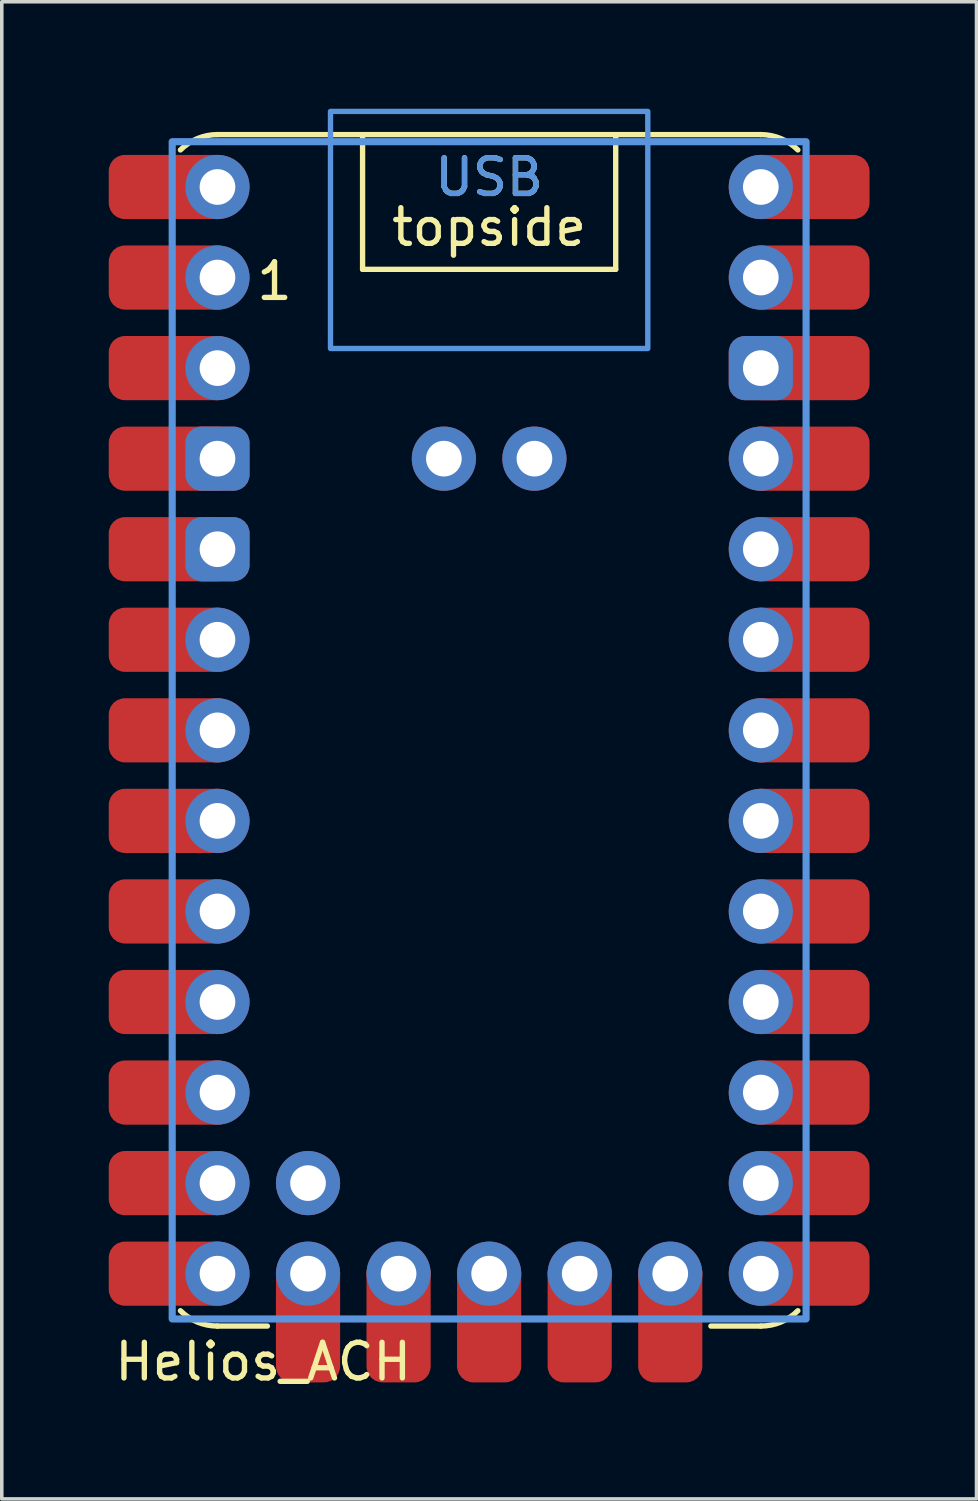
<source format=kicad_pcb>
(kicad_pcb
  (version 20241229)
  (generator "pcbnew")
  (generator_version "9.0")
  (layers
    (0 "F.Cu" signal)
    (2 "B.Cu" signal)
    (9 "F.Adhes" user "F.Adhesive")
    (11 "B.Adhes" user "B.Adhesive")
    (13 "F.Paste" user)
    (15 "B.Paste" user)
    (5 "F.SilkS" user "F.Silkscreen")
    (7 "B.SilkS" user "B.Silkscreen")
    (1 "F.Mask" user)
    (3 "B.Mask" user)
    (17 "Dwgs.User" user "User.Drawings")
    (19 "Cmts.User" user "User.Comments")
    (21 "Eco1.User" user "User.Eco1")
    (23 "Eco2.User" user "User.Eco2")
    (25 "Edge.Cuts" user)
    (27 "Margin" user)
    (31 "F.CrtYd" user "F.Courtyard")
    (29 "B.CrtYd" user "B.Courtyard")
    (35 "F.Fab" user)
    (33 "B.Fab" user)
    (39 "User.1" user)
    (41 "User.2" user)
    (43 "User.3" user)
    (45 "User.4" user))
  (footprint "Helios_ACH"
    (layer "F.Cu")
    (at 10.67 18.705)
    (property "Reference" "Helios_ACH" (at -10.58 16.44 0) (layer "F.SilkS") (effects (font (size 1 1) (thickness 0.15)) (justify left)))
    (attr through_hole exclude_from_pos_files exclude_from_bom)
    (fp_line (start -6.22 15.44) (end -7.62 15.44) (stroke (width 0.15) (type default)) (layer "F.SilkS"))
    (fp_line (start -3.55 -14.2) (end -3.55 -17.98) (stroke (width 0.15) (type default)) (layer "F.SilkS"))
    (fp_line (start 3.55 -14.2) (end -3.55 -14.2) (stroke (width 0.15) (type default)) (layer "F.SilkS"))
    (fp_line (start 3.55 -14.2) (end 3.55 -17.98) (stroke (width 0.15) (type default)) (layer "F.SilkS"))
    (fp_line (start 7.62 -17.98) (end -7.62 -17.98) (stroke (width 0.15) (type default)) (layer "F.SilkS"))
    (fp_line (start 7.62 15.44) (end 6.22 15.44) (stroke (width 0.15) (type default)) (layer "F.SilkS"))
    (fp_arc (start -8.659446 -17.549446) (mid -8.182544 -17.868102) (end -7.62 -17.98) (stroke (width 0.15) (type default)) (layer "F.SilkS"))
    (fp_arc (start -7.62 15.44) (mid -8.182545 15.328103) (end -8.659447 15.009447) (stroke (width 0.15) (type default)) (layer "F.SilkS"))
    (fp_arc (start 7.62 -17.98) (mid 8.182545 -17.868103) (end 8.659447 -17.549447) (stroke (width 0.15) (type default)) (layer "F.SilkS"))
    (fp_arc (start 8.659447 15.009447) (mid 8.182545 15.328103) (end 7.62 15.44) (stroke (width 0.15) (type default)) (layer "F.SilkS"))
    (fp_rect (start -4.45 -18.63) (end 4.45 -11.98) (stroke (width 0.15) (type default)) (fill no) (layer "Cmts.User"))
    (fp_rect (start 8.89 -17.78) (end -8.89 15.24) (stroke (width 0.2) (type solid)) (fill no) (layer "Cmts.User"))
    (fp_text user "topside" (at 0 -14.8 0) (unlocked yes) (layer "F.SilkS") (effects (font (size 1 1) (thickness 0.15)) (justify bottom)))
    (fp_text user "1" (at -6.02 -13.283 0) (layer "F.SilkS") (effects (font (size 1 1) (thickness 0.15)) (justify bottom)))
    (fp_text user "USB" (at 0 -16.2 0) (unlocked yes) (layer "F.SilkS") (effects (font (size 1 1) (thickness 0.15)) (justify bottom)))
    (fp_text user "USB" (at 0 -16.2 0) (layer "Cmts.User") (effects (font (size 1 1) (thickness 0.15)) (justify bottom)))
    (pad "1" smd roundrect (at -8.92 -13.97) (size 3.5 1.8) (layers "F.Cu" "F.Mask") (roundrect_rratio 0.25))
    (pad "1" thru_hole circle (at -7.62 -13.97) (size 1.8 1.8) (drill 1) (layers "*.Cu" "*.Mask"))
    (pad "2" smd roundrect (at -8.92 -11.43) (size 3.5 1.8) (layers "F.Cu" "F.Mask") (roundrect_rratio 0.25))
    (pad "2" thru_hole circle (at -7.62 -11.43) (size 1.8 1.8) (drill 1) (layers "*.Cu" "*.Mask"))
    (pad "3" smd roundrect (at -8.92 -8.89) (size 3.5 1.8) (layers "F.Cu" "F.Mask") (roundrect_rratio 0.25))
    (pad "3" thru_hole roundrect (at -7.62 -8.89) (size 1.8 1.8) (drill 1) (layers "*.Cu" "*.Mask") (roundrect_rratio 0.25))
    (pad "4" smd roundrect (at -8.92 -6.35) (size 3.5 1.8) (layers "F.Cu" "F.Mask") (roundrect_rratio 0.25))
    (pad "4" thru_hole roundrect (at -7.62 -6.35) (size 1.8 1.8) (drill 1) (layers "*.Cu" "*.Mask") (roundrect_rratio 0.25))
    (pad "5" smd roundrect (at -8.92 -3.81) (size 3.5 1.8) (layers "F.Cu" "F.Mask") (roundrect_rratio 0.25))
    (pad "5" thru_hole circle (at -7.62 -3.81) (size 1.8 1.8) (drill 1) (layers "*.Cu" "*.Mask"))
    (pad "6" smd roundrect (at -8.92 -1.27) (size 3.5 1.8) (layers "F.Cu" "F.Mask") (roundrect_rratio 0.25))
    (pad "6" thru_hole circle (at -7.62 -1.27) (size 1.8 1.8) (drill 1) (layers "*.Cu" "*.Mask"))
    (pad "7" smd roundrect (at -8.92 1.27) (size 3.5 1.8) (layers "F.Cu" "F.Mask") (roundrect_rratio 0.25))
    (pad "7" thru_hole circle (at -7.62 1.27) (size 1.8 1.8) (drill 1) (layers "*.Cu" "*.Mask"))
    (pad "8" smd roundrect (at -8.92 3.81) (size 3.5 1.8) (layers "F.Cu" "F.Mask") (roundrect_rratio 0.25))
    (pad "8" thru_hole circle (at -7.62 3.81) (size 1.8 1.8) (drill 1) (layers "*.Cu" "*.Mask"))
    (pad "9" smd roundrect (at -8.92 6.35) (size 3.5 1.8) (layers "F.Cu" "F.Mask") (roundrect_rratio 0.25))
    (pad "9" thru_hole circle (at -7.62 6.35) (size 1.8 1.8) (drill 1) (layers "*.Cu" "*.Mask"))
    (pad "10" smd roundrect (at -8.92 8.89) (size 3.5 1.8) (layers "F.Cu" "F.Mask") (roundrect_rratio 0.25))
    (pad "10" thru_hole circle (at -7.62 8.89) (size 1.8 1.8) (drill 1) (layers "*.Cu" "*.Mask"))
    (pad "11" smd roundrect (at -8.92 11.43) (size 3.5 1.8) (layers "F.Cu" "F.Mask") (roundrect_rratio 0.25))
    (pad "11" thru_hole circle (at -7.62 11.43) (size 1.8 1.8) (drill 1) (layers "*.Cu" "*.Mask"))
    (pad "12" smd roundrect (at -8.92 13.97) (size 3.5 1.8) (layers "F.Cu" "F.Mask") (roundrect_rratio 0.25))
    (pad "12" thru_hole circle (at -7.62 13.97) (size 1.8 1.8) (drill 1) (layers "*.Cu" "*.Mask"))
    (pad "13" thru_hole circle (at 7.62 -13.97) (size 1.8 1.8) (drill 1) (layers "*.Cu" "*.Mask"))
    (pad "13" smd roundrect (at 8.92 -13.97) (size 3.5 1.8) (layers "F.Cu" "F.Mask") (roundrect_rratio 0.25))
    (pad "14" thru_hole roundrect (at 7.62 -11.43) (size 1.8 1.8) (drill 1) (layers "*.Cu" "*.Mask") (roundrect_rratio 0.25))
    (pad "14" smd roundrect (at 8.92 -11.43) (size 3.5 1.8) (layers "F.Cu" "F.Mask") (roundrect_rratio 0.25))
    (pad "15" thru_hole circle (at 7.62 -8.89) (size 1.8 1.8) (drill 1) (layers "*.Cu" "*.Mask"))
    (pad "15" smd roundrect (at 8.92 -8.89) (size 3.5 1.8) (layers "F.Cu" "F.Mask") (roundrect_rratio 0.25))
    (pad "16" thru_hole circle (at 7.62 -6.35) (size 1.8 1.8) (drill 1) (layers "*.Cu" "*.Mask"))
    (pad "16" smd roundrect (at 8.92 -6.35) (size 3.5 1.8) (layers "F.Cu" "F.Mask") (roundrect_rratio 0.25))
    (pad "17" thru_hole circle (at 7.62 -3.81) (size 1.8 1.8) (drill 1) (layers "*.Cu" "*.Mask"))
    (pad "17" smd roundrect (at 8.92 -3.81) (size 3.5 1.8) (layers "F.Cu" "F.Mask") (roundrect_rratio 0.25))
    (pad "18" thru_hole circle (at 7.62 -1.27) (size 1.8 1.8) (drill 1) (layers "*.Cu" "*.Mask"))
    (pad "18" smd roundrect (at 8.92 -1.27) (size 3.5 1.8) (layers "F.Cu" "F.Mask") (roundrect_rratio 0.25))
    (pad "19" thru_hole circle (at 7.62 1.27) (size 1.8 1.8) (drill 1) (layers "*.Cu" "*.Mask"))
    (pad "19" smd roundrect (at 8.92 1.27) (size 3.5 1.8) (layers "F.Cu" "F.Mask") (roundrect_rratio 0.25))
    (pad "20" thru_hole circle (at 7.62 3.81) (size 1.8 1.8) (drill 1) (layers "*.Cu" "*.Mask"))
    (pad "20" smd roundrect (at 8.92 3.81) (size 3.5 1.8) (layers "F.Cu" "F.Mask") (roundrect_rratio 0.25))
    (pad "21" thru_hole circle (at 7.62 6.35) (size 1.8 1.8) (drill 1) (layers "*.Cu" "*.Mask"))
    (pad "21" smd roundrect (at 8.92 6.35) (size 3.5 1.8) (layers "F.Cu" "F.Mask") (roundrect_rratio 0.25))
    (pad "22" thru_hole circle (at 7.62 8.89) (size 1.8 1.8) (drill 1) (layers "*.Cu" "*.Mask"))
    (pad "22" smd roundrect (at 8.92 8.89) (size 3.5 1.8) (layers "F.Cu" "F.Mask") (roundrect_rratio 0.25))
    (pad "23" thru_hole circle (at 7.62 11.43) (size 1.8 1.8) (drill 1) (layers "*.Cu" "*.Mask"))
    (pad "23" smd roundrect (at 8.92 11.43) (size 3.5 1.8) (layers "F.Cu" "F.Mask") (roundrect_rratio 0.25))
    (pad "24" thru_hole circle (at 7.62 13.97) (size 1.8 1.8) (drill 1) (layers "*.Cu" "*.Mask"))
    (pad "24" smd roundrect (at 8.92 13.97) (size 3.5 1.8) (layers "F.Cu" "F.Mask") (roundrect_rratio 0.25))
    (pad "25" thru_hole circle (at -5.08 13.97) (size 1.8 1.8) (drill 1) (layers "*.Cu" "*.Mask"))
    (pad "25" smd roundrect (at -5.08 15.27 90) (size 3.5 1.8) (layers "F.Cu" "F.Mask") (roundrect_rratio 0.25))
    (pad "26" thru_hole circle (at -2.54 13.97) (size 1.8 1.8) (drill 1) (layers "*.Cu" "*.Mask"))
    (pad "26" smd roundrect (at -2.54 15.27 90) (size 3.5 1.8) (layers "F.Cu" "F.Mask") (roundrect_rratio 0.25))
    (pad "27" thru_hole circle (at 0 13.97) (size 1.8 1.8) (drill 1) (layers "*.Cu" "*.Mask"))
    (pad "27" smd roundrect (at 0 15.27 90) (size 3.5 1.8) (layers "F.Cu" "F.Mask") (roundrect_rratio 0.25))
    (pad "28" thru_hole circle (at 2.54 13.97) (size 1.8 1.8) (drill 1) (layers "*.Cu" "*.Mask"))
    (pad "28" smd roundrect (at 2.54 15.27 90) (size 3.5 1.8) (layers "F.Cu" "F.Mask") (roundrect_rratio 0.25))
    (pad "29" thru_hole circle (at 5.08 13.97) (size 1.8 1.8) (drill 1) (layers "*.Cu" "*.Mask"))
    (pad "29" smd roundrect (at 5.08 15.27 90) (size 3.5 1.8) (layers "F.Cu" "F.Mask") (roundrect_rratio 0.25))
    (pad "30" thru_hole circle (at 7.62 -16.51) (size 1.8 1.8) (drill 1) (layers "*.Cu" "*.Mask"))
    (pad "30" smd roundrect (at 8.92 -16.51 180) (size 3.5 1.8) (layers "F.Cu" "F.Mask") (roundrect_rratio 0.25))
    (pad "31" smd roundrect (at -8.92 -16.51) (size 3.5 1.8) (layers "F.Cu" "F.Mask") (roundrect_rratio 0.25))
    (pad "31" thru_hole circle (at -7.62 -16.51) (size 1.8 1.8) (drill 1) (layers "*.Cu" "*.Mask"))
    (pad "32" thru_hole circle (at -1.27 -8.89) (size 1.8 1.8) (drill 1) (layers "*.Cu" "*.Mask"))
    (pad "33" thru_hole circle (at 1.27 -8.89) (size 1.8 1.8) (drill 1) (layers "*.Cu" "*.Mask"))
    (pad "34" thru_hole circle (at -5.08 11.43) (size 1.8 1.8) (drill 1) (layers "*.Cu" "*.Mask")))
  (gr_rect
    (start -3 -3)
    (end 24.34 38.993)
    (stroke (width 0.1) (type default))
    (fill no)
    (layer "Edge.Cuts")))
</source>
